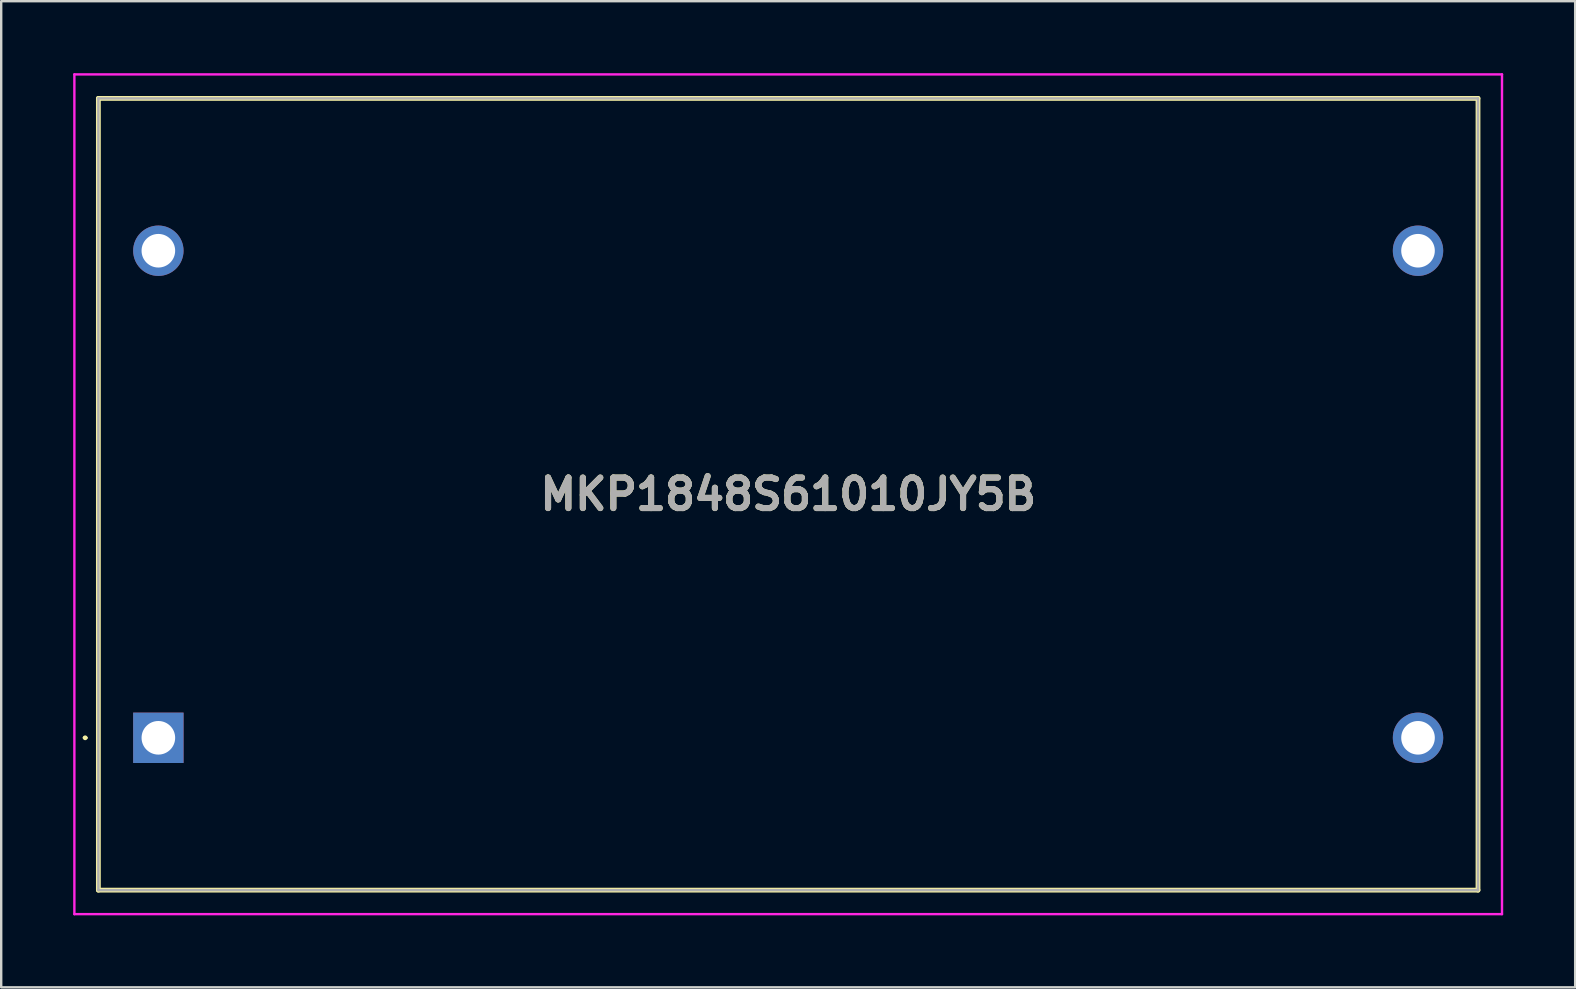
<source format=kicad_pcb>
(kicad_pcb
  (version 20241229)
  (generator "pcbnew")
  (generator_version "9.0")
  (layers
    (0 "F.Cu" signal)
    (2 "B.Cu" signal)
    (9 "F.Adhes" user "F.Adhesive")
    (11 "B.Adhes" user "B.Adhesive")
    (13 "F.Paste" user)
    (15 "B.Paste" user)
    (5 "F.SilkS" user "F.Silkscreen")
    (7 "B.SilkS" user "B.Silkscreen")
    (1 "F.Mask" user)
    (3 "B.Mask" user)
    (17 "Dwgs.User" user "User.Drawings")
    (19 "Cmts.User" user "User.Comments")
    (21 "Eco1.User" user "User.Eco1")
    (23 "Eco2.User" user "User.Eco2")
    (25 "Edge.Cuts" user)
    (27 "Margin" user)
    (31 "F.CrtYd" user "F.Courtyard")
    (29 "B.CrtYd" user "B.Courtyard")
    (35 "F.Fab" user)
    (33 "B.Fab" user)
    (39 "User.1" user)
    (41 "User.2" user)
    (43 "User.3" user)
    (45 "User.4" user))
  (footprint "MKP1848S61010JY5B"
    (layer "F.Cu")
    (at 3.55 27.7)
    (property "Reference" "MKP1848S61010JY5B" (at 26.25 -10.15 0) (layer "F.SilkS") (effects (font (size 1.27 1.27) (thickness 0.254))))
    (attr through_hole)
    (fp_line (start -3.1 0) (end -3.1 0) (stroke (width 0.1) (type solid)) (layer "F.SilkS"))
    (fp_line (start -3 0) (end -3 0) (stroke (width 0.1) (type solid)) (layer "F.SilkS"))
    (fp_line (start -2.5 -26.65) (end 55 -26.65) (stroke (width 0.2) (type solid)) (layer "F.SilkS"))
    (fp_line (start -2.5 6.35) (end -2.5 -26.65) (stroke (width 0.2) (type solid)) (layer "F.SilkS"))
    (fp_line (start 55 -26.65) (end 55 6.35) (stroke (width 0.2) (type solid)) (layer "F.SilkS"))
    (fp_line (start 55 6.35) (end -2.5 6.35) (stroke (width 0.2) (type solid)) (layer "F.SilkS"))
    (fp_arc (start -3.1 0) (mid -3.05 -0.05) (end -3 0) (stroke (width 0.1) (type solid)) (layer "F.SilkS"))
    (fp_arc (start -3 0) (mid -3.05 0.05) (end -3.1 0) (stroke (width 0.1) (type solid)) (layer "F.SilkS"))
    (fp_line (start -3.5 -27.65) (end 56 -27.65) (stroke (width 0.1) (type solid)) (layer "F.CrtYd"))
    (fp_line (start -3.5 7.35) (end -3.5 -27.65) (stroke (width 0.1) (type solid)) (layer "F.CrtYd"))
    (fp_line (start 56 -27.65) (end 56 7.35) (stroke (width 0.1) (type solid)) (layer "F.CrtYd"))
    (fp_line (start 56 7.35) (end -3.5 7.35) (stroke (width 0.1) (type solid)) (layer "F.CrtYd"))
    (fp_line (start -2.5 -26.65) (end 55 -26.65) (stroke (width 0.1) (type solid)) (layer "F.Fab"))
    (fp_line (start -2.5 6.35) (end -2.5 -26.65) (stroke (width 0.1) (type solid)) (layer "F.Fab"))
    (fp_line (start 55 -26.65) (end 55 6.35) (stroke (width 0.1) (type solid)) (layer "F.Fab"))
    (fp_line (start 55 6.35) (end -2.5 6.35) (stroke (width 0.1) (type solid)) (layer "F.Fab"))
    (fp_text user "${REFERENCE}" (at 26.25 -10.15 0) (layer "F.Fab") (effects (font (size 1.27 1.27) (thickness 0.254))))
    (pad "1" thru_hole rect (at 0 0) (size 2.1 2.1) (drill 1.4) (layers "*.Cu" "*.Mask"))
    (pad "2" thru_hole circle (at 52.5 0) (size 2.1 2.1) (drill 1.4) (layers "*.Cu" "*.Mask"))
    (pad "3" thru_hole circle (at 0 -20.3) (size 2.1 2.1) (drill 1.4) (layers "*.Cu" "*.Mask"))
    (pad "4" thru_hole circle (at 52.5 -20.3) (size 2.1 2.1) (drill 1.4) (layers "*.Cu" "*.Mask")))
  (gr_rect
    (start -3 -3)
    (end 62.6 38.1)
    (stroke (width 0.1) (type default))
    (fill no)
    (layer "Edge.Cuts")))
</source>
